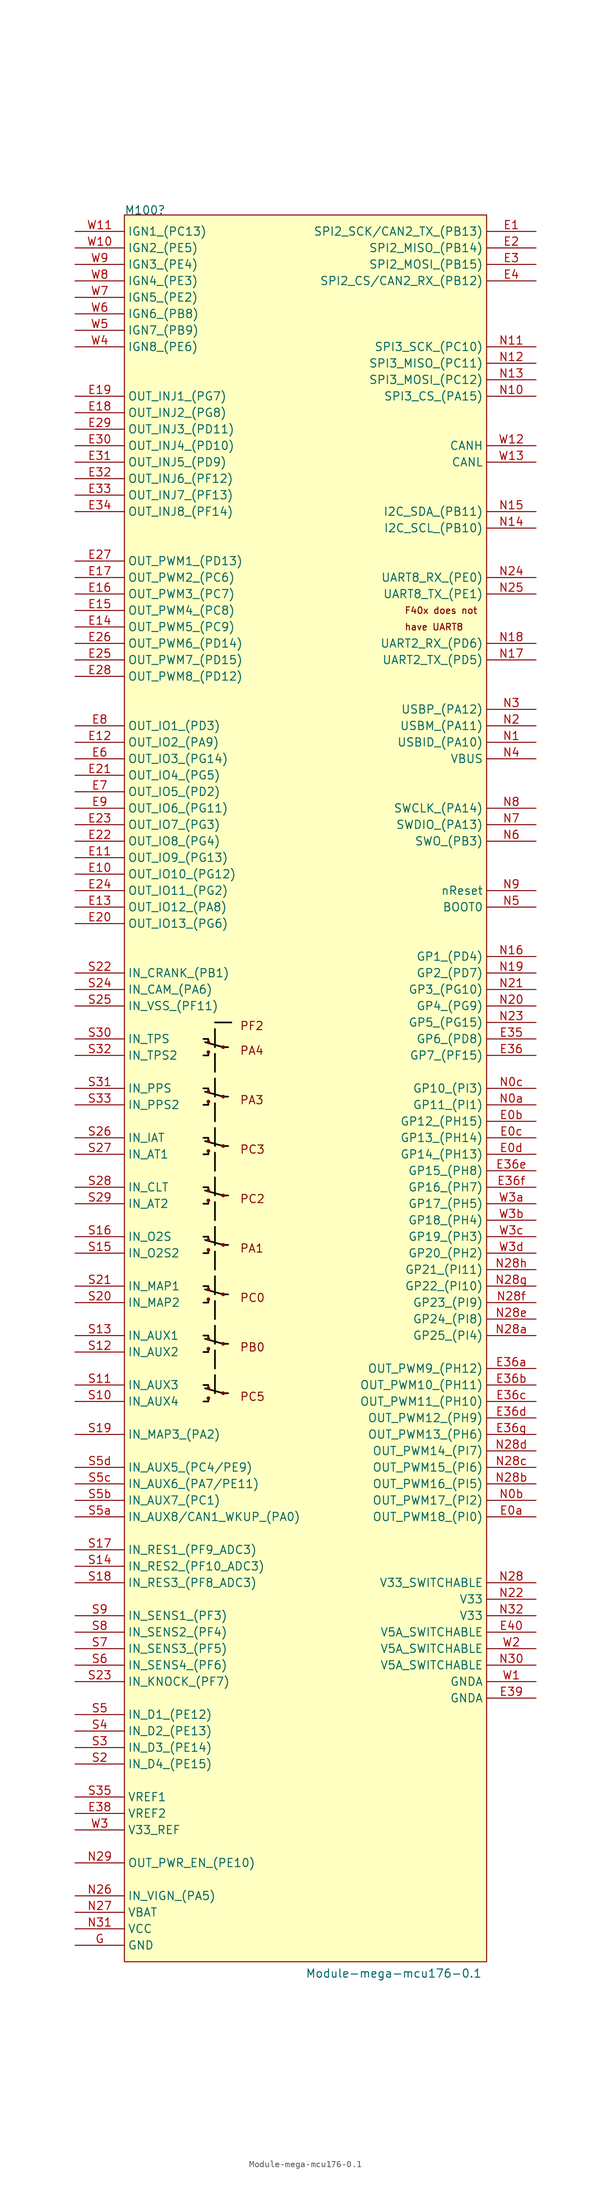
<source format=kicad_sym>
(kicad_symbol_lib
  (version 20220914)
  (generator kicad_symbol_editor)
  (symbol "Module-mega-mcu176-0.1"
    (property "Reference" "M100"
      (at 7.62 2.54 0)
      (effects (font (size 1.27 1.27)) (justify left bottom)))
    (property "Value" "Module-mega-mcu176-0.1"
      (at 35.56 -269.24 0)
      (effects (font (size 1.27 1.27)) (justify left bottom)))
    (symbol "Module-mega-mcu176-0.1_1_0"
      (polyline (pts (xy 20.066 -178.308) (xy 22.86 -179.07)) (stroke (width 0.254) (type solid) (color 0 0 0 1)) (fill (type none)))
      (polyline (pts (xy 20.066 -170.688) (xy 22.86 -171.45)) (stroke (width 0.254) (type solid) (color 0 0 0 1)) (fill (type none)))
      (polyline (pts (xy 20.066 -163.068) (xy 22.86 -163.83)) (stroke (width 0.254) (type solid) (color 0 0 0 1)) (fill (type none)))
      (polyline (pts (xy 20.066 -155.448) (xy 22.86 -156.21)) (stroke (width 0.254) (type solid) (color 0 0 0 1)) (fill (type none)))
      (polyline (pts (xy 20.066 -147.828) (xy 22.86 -148.59)) (stroke (width 0.254) (type solid) (color 0 0 0 1)) (fill (type none)))
      (polyline (pts (xy 20.066 -140.208) (xy 22.86 -140.97)) (stroke (width 0.254) (type solid) (color 0 0 0 1)) (fill (type none)))
      (polyline (pts (xy 20.066 -132.588) (xy 22.86 -133.35)) (stroke (width 0.254) (type solid) (color 0 0 0 1)) (fill (type none)))
      (polyline (pts (xy 20.066 -124.968) (xy 22.86 -125.73)) (stroke (width 0.254) (type solid) (color 0 0 0 1)) (fill (type none)))
      (polyline (pts (xy 22.86 -179.07) (xy 23.622 -179.07)) (stroke (width 0.254) (type solid) (color 0 0 0 1)) (fill (type none)))
      (polyline (pts (xy 22.86 -171.45) (xy 23.622 -171.45)) (stroke (width 0.254) (type solid) (color 0 0 0 1)) (fill (type none)))
      (polyline (pts (xy 22.86 -163.83) (xy 23.622 -163.83)) (stroke (width 0.254) (type solid) (color 0 0 0 1)) (fill (type none)))
      (polyline (pts (xy 22.86 -156.21) (xy 23.622 -156.21)) (stroke (width 0.254) (type solid) (color 0 0 0 1)) (fill (type none)))
      (polyline (pts (xy 22.86 -148.59) (xy 23.622 -148.59)) (stroke (width 0.254) (type solid) (color 0 0 0 1)) (fill (type none)))
      (polyline (pts (xy 22.86 -140.97) (xy 23.622 -140.97)) (stroke (width 0.254) (type solid) (color 0 0 0 1)) (fill (type none)))
      (polyline (pts (xy 22.86 -133.35) (xy 23.622 -133.35)) (stroke (width 0.254) (type solid) (color 0 0 0 1)) (fill (type none)))
      (polyline (pts (xy 22.86 -125.73) (xy 23.622 -125.73)) (stroke (width 0.254) (type solid) (color 0 0 0 1)) (fill (type none)))
      (polyline (pts (xy 19.812 -180.34) (xy 20.574 -180.34) (xy 20.574 -179.832)) (stroke (width 0.254) (type solid) (color 0 0 0 1)) (fill (type none)))
      (polyline (pts (xy 19.812 -177.8) (xy 20.574 -177.8) (xy 20.574 -178.308)) (stroke (width 0.254) (type solid) (color 0 0 0 1)) (fill (type none)))
      (polyline (pts (xy 19.812 -172.72) (xy 20.574 -172.72) (xy 20.574 -172.212)) (stroke (width 0.254) (type solid) (color 0 0 0 1)) (fill (type none)))
      (polyline (pts (xy 19.812 -170.18) (xy 20.574 -170.18) (xy 20.574 -170.688)) (stroke (width 0.254) (type solid) (color 0 0 0 1)) (fill (type none)))
      (polyline (pts (xy 19.812 -165.1) (xy 20.574 -165.1) (xy 20.574 -164.592)) (stroke (width 0.254) (type solid) (color 0 0 0 1)) (fill (type none)))
      (polyline (pts (xy 19.812 -162.56) (xy 20.574 -162.56) (xy 20.574 -163.068)) (stroke (width 0.254) (type solid) (color 0 0 0 1)) (fill (type none)))
      (polyline (pts (xy 19.812 -157.48) (xy 20.574 -157.48) (xy 20.574 -156.972)) (stroke (width 0.254) (type solid) (color 0 0 0 1)) (fill (type none)))
      (polyline (pts (xy 19.812 -154.94) (xy 20.574 -154.94) (xy 20.574 -155.448)) (stroke (width 0.254) (type solid) (color 0 0 0 1)) (fill (type none)))
      (polyline (pts (xy 19.812 -149.86) (xy 20.574 -149.86) (xy 20.574 -149.352)) (stroke (width 0.254) (type solid) (color 0 0 0 1)) (fill (type none)))
      (polyline (pts (xy 19.812 -147.32) (xy 20.574 -147.32) (xy 20.574 -147.828)) (stroke (width 0.254) (type solid) (color 0 0 0 1)) (fill (type none)))
      (polyline (pts (xy 19.812 -142.24) (xy 20.574 -142.24) (xy 20.574 -141.732)) (stroke (width 0.254) (type solid) (color 0 0 0 1)) (fill (type none)))
      (polyline (pts (xy 19.812 -139.7) (xy 20.574 -139.7) (xy 20.574 -140.208)) (stroke (width 0.254) (type solid) (color 0 0 0 1)) (fill (type none)))
      (polyline (pts (xy 19.812 -134.62) (xy 20.574 -134.62) (xy 20.574 -134.112)) (stroke (width 0.254) (type solid) (color 0 0 0 1)) (fill (type none)))
      (polyline (pts (xy 19.812 -132.08) (xy 20.574 -132.08) (xy 20.574 -132.588)) (stroke (width 0.254) (type solid) (color 0 0 0 1)) (fill (type none)))
      (polyline (pts (xy 19.812 -127) (xy 20.574 -127) (xy 20.574 -126.492)) (stroke (width 0.254) (type solid) (color 0 0 0 1)) (fill (type none)))
      (polyline (pts (xy 19.812 -124.46) (xy 20.574 -124.46) (xy 20.574 -124.968)) (stroke (width 0.254) (type solid) (color 0 0 0 1)) (fill (type none)))
      (polyline (pts (xy 21.59 -179.07) (xy 21.59 -121.92) (xy 24.13 -121.92)) (stroke (width 0.254) (type dash) (color 0 0 0 1)) (fill (type none)))
      (rectangle (start 7.62 2.54) (end 63.5 -266.7) (stroke (width 0) (type solid)) (fill (type background)))
      (circle (center 20.574 -179.832) (radius 0.159) (stroke (width 0.254) (type solid)) (fill (type none)))
      (circle (center 20.574 -178.308) (radius 0.159) (stroke (width 0.254) (type solid)) (fill (type none)))
      (circle (center 20.574 -172.212) (radius 0.159) (stroke (width 0.254) (type solid)) (fill (type none)))
      (circle (center 20.574 -170.688) (radius 0.159) (stroke (width 0.254) (type solid)) (fill (type none)))
      (circle (center 20.574 -164.592) (radius 0.159) (stroke (width 0.254) (type solid)) (fill (type none)))
      (circle (center 20.574 -163.068) (radius 0.159) (stroke (width 0.254) (type solid)) (fill (type none)))
      (circle (center 20.574 -156.972) (radius 0.159) (stroke (width 0.254) (type solid)) (fill (type none)))
      (circle (center 20.574 -155.448) (radius 0.159) (stroke (width 0.254) (type solid)) (fill (type none)))
      (circle (center 20.574 -149.352) (radius 0.159) (stroke (width 0.254) (type solid)) (fill (type none)))
      (circle (center 20.574 -147.828) (radius 0.159) (stroke (width 0.254) (type solid)) (fill (type none)))
      (circle (center 20.574 -141.732) (radius 0.159) (stroke (width 0.254) (type solid)) (fill (type none)))
      (circle (center 20.574 -140.208) (radius 0.159) (stroke (width 0.254) (type solid)) (fill (type none)))
      (circle (center 20.574 -134.112) (radius 0.159) (stroke (width 0.254) (type solid)) (fill (type none)))
      (circle (center 20.574 -132.588) (radius 0.159) (stroke (width 0.254) (type solid)) (fill (type none)))
      (circle (center 20.574 -126.492) (radius 0.159) (stroke (width 0.254) (type solid)) (fill (type none)))
      (circle (center 20.574 -124.968) (radius 0.159) (stroke (width 0.254) (type solid)) (fill (type none)))
      (circle (center 22.86 -179.07) (radius 0.159) (stroke (width 0.254) (type solid)) (fill (type none)))
      (circle (center 22.86 -171.45) (radius 0.159) (stroke (width 0.254) (type solid)) (fill (type none)))
      (circle (center 22.86 -163.83) (radius 0.159) (stroke (width 0.254) (type solid)) (fill (type none)))
      (circle (center 22.86 -156.21) (radius 0.159) (stroke (width 0.254) (type solid)) (fill (type none)))
      (circle (center 22.86 -148.59) (radius 0.159) (stroke (width 0.254) (type solid)) (fill (type none)))
      (circle (center 22.86 -140.97) (radius 0.159) (stroke (width 0.254) (type solid)) (fill (type none)))
      (circle (center 22.86 -133.35) (radius 0.159) (stroke (width 0.254) (type solid)) (fill (type none)))
      (circle (center 22.86 -125.73) (radius 0.159) (stroke (width 0.254) (type solid)) (fill (type none)))
      (text "F40x does not" (at 50.8 -58.42 0) (effects (font (size 1.016 1.016)) (justify left)))
      (text "have UART8" (at 50.8 -60.96 0) (effects (font (size 1.016 1.016)) (justify left)))
      (text "PA1" (at 25.4 -157.48 0) (effects (font (size 1.27 1.27)) (justify left bottom)))
      (text "PA3" (at 25.4 -134.62 0) (effects (font (size 1.27 1.27)) (justify left bottom)))
      (text "PA4" (at 25.4 -127 0) (effects (font (size 1.27 1.27)) (justify left bottom)))
      (text "PB0" (at 25.4 -172.72 0) (effects (font (size 1.27 1.27)) (justify left bottom)))
      (text "PC0" (at 25.4 -165.1 0) (effects (font (size 1.27 1.27)) (justify left bottom)))
      (text "PC2" (at 25.4 -149.86 0) (effects (font (size 1.27 1.27)) (justify left bottom)))
      (text "PC3" (at 25.4 -142.24 0) (effects (font (size 1.27 1.27)) (justify left bottom)))
      (text "PC5" (at 25.4 -180.34 0) (effects (font (size 1.27 1.27)) (justify left bottom)))
      (text "PF2" (at 25.4 -123.19 0) (effects (font (size 1.27 1.27)) (justify left bottom)))
      (pin passive line (at 71.12 -198.12 180) (length 7.62) (name "OUT_PWM18_(PI0)" (effects (font (size 1.27 1.27)))) (number "E0a" (effects (font (size 1.27 1.27)))))
      (pin passive line (at 71.12 -137.16 180) (length 7.62) (name "GP12_(PH15)" (effects (font (size 1.27 1.27)))) (number "E0b" (effects (font (size 1.27 1.27)))))
      (pin passive line (at 71.12 -139.7 180) (length 7.62) (name "GP13_(PH14)" (effects (font (size 1.27 1.27)))) (number "E0c" (effects (font (size 1.27 1.27)))))
      (pin passive line (at 71.12 -142.24 180) (length 7.62) (name "GP14_(PH13)" (effects (font (size 1.27 1.27)))) (number "E0d" (effects (font (size 1.27 1.27)))))
      (pin passive line (at 71.12 0 180) (length 7.62) (name "SPI2_SCK/CAN2_TX_(PB13)" (effects (font (size 1.27 1.27)))) (number "E1" (effects (font (size 1.27 1.27)))))
      (pin passive line (at 0 -99.06 0) (length 7.62) (name "OUT_IO10_(PG12)" (effects (font (size 1.27 1.27)))) (number "E10" (effects (font (size 1.27 1.27)))))
      (pin passive line (at 0 -96.52 0) (length 7.62) (name "OUT_IO9_(PG13)" (effects (font (size 1.27 1.27)))) (number "E11" (effects (font (size 1.27 1.27)))))
      (pin passive line (at 0 -78.74 0) (length 7.62) (name "OUT_IO2_(PA9)" (effects (font (size 1.27 1.27)))) (number "E12" (effects (font (size 1.27 1.27)))))
      (pin passive line (at 0 -104.14 0) (length 7.62) (name "OUT_IO12_(PA8)" (effects (font (size 1.27 1.27)))) (number "E13" (effects (font (size 1.27 1.27)))))
      (pin passive line (at 0 -60.96 0) (length 7.62) (name "OUT_PWM5_(PC9)" (effects (font (size 1.27 1.27)))) (number "E14" (effects (font (size 1.27 1.27)))))
      (pin passive line (at 0 -58.42 0) (length 7.62) (name "OUT_PWM4_(PC8)" (effects (font (size 1.27 1.27)))) (number "E15" (effects (font (size 1.27 1.27)))))
      (pin passive line (at 0 -55.88 0) (length 7.62) (name "OUT_PWM3_(PC7)" (effects (font (size 1.27 1.27)))) (number "E16" (effects (font (size 1.27 1.27)))))
      (pin passive line (at 0 -53.34 0) (length 7.62) (name "OUT_PWM2_(PC6)" (effects (font (size 1.27 1.27)))) (number "E17" (effects (font (size 1.27 1.27)))))
      (pin passive line (at 0 -27.94 0) (length 7.62) (name "OUT_INJ2_(PG8)" (effects (font (size 1.27 1.27)))) (number "E18" (effects (font (size 1.27 1.27)))))
      (pin passive line (at 0 -25.4 0) (length 7.62) (name "OUT_INJ1_(PG7)" (effects (font (size 1.27 1.27)))) (number "E19" (effects (font (size 1.27 1.27)))))
      (pin passive line (at 71.12 -2.54 180) (length 7.62) (name "SPI2_MISO_(PB14)" (effects (font (size 1.27 1.27)))) (number "E2" (effects (font (size 1.27 1.27)))))
      (pin passive line (at 0 -106.68 0) (length 7.62) (name "OUT_IO13_(PG6)" (effects (font (size 1.27 1.27)))) (number "E20" (effects (font (size 1.27 1.27)))))
      (pin passive line (at 0 -83.82 0) (length 7.62) (name "OUT_IO4_(PG5)" (effects (font (size 1.27 1.27)))) (number "E21" (effects (font (size 1.27 1.27)))))
      (pin passive line (at 0 -93.98 0) (length 7.62) (name "OUT_IO8_(PG4)" (effects (font (size 1.27 1.27)))) (number "E22" (effects (font (size 1.27 1.27)))))
      (pin passive line (at 0 -91.44 0) (length 7.62) (name "OUT_IO7_(PG3)" (effects (font (size 1.27 1.27)))) (number "E23" (effects (font (size 1.27 1.27)))))
      (pin passive line (at 0 -101.6 0) (length 7.62) (name "OUT_IO11_(PG2)" (effects (font (size 1.27 1.27)))) (number "E24" (effects (font (size 1.27 1.27)))))
      (pin passive line (at 0 -66.04 0) (length 7.62) (name "OUT_PWM7_(PD15)" (effects (font (size 1.27 1.27)))) (number "E25" (effects (font (size 1.27 1.27)))))
      (pin passive line (at 0 -63.5 0) (length 7.62) (name "OUT_PWM6_(PD14)" (effects (font (size 1.27 1.27)))) (number "E26" (effects (font (size 1.27 1.27)))))
      (pin passive line (at 0 -50.8 0) (length 7.62) (name "OUT_PWM1_(PD13)" (effects (font (size 1.27 1.27)))) (number "E27" (effects (font (size 1.27 1.27)))))
      (pin passive line (at 0 -68.58 0) (length 7.62) (name "OUT_PWM8_(PD12)" (effects (font (size 1.27 1.27)))) (number "E28" (effects (font (size 1.27 1.27)))))
      (pin passive line (at 0 -30.48 0) (length 7.62) (name "OUT_INJ3_(PD11)" (effects (font (size 1.27 1.27)))) (number "E29" (effects (font (size 1.27 1.27)))))
      (pin passive line (at 71.12 -5.08 180) (length 7.62) (name "SPI2_MOSI_(PB15)" (effects (font (size 1.27 1.27)))) (number "E3" (effects (font (size 1.27 1.27)))))
      (pin passive line (at 0 -33.02 0) (length 7.62) (name "OUT_INJ4_(PD10)" (effects (font (size 1.27 1.27)))) (number "E30" (effects (font (size 1.27 1.27)))))
      (pin passive line (at 0 -35.56 0) (length 7.62) (name "OUT_INJ5_(PD9)" (effects (font (size 1.27 1.27)))) (number "E31" (effects (font (size 1.27 1.27)))))
      (pin passive line (at 0 -38.1 0) (length 7.62) (name "OUT_INJ6_(PF12)" (effects (font (size 1.27 1.27)))) (number "E32" (effects (font (size 1.27 1.27)))))
      (pin passive line (at 0 -40.64 0) (length 7.62) (name "OUT_INJ7_(PF13)" (effects (font (size 1.27 1.27)))) (number "E33" (effects (font (size 1.27 1.27)))))
      (pin passive line (at 0 -43.18 0) (length 7.62) (name "OUT_INJ8_(PF14)" (effects (font (size 1.27 1.27)))) (number "E34" (effects (font (size 1.27 1.27)))))
      (pin passive line (at 71.12 -124.46 180) (length 7.62) (name "GP6_(PD8)" (effects (font (size 1.27 1.27)))) (number "E35" (effects (font (size 1.27 1.27)))))
      (pin passive line (at 71.12 -127 180) (length 7.62) (name "GP7_(PF15)" (effects (font (size 1.27 1.27)))) (number "E36" (effects (font (size 1.27 1.27)))))
      (pin passive line (at 71.12 -175.26 180) (length 7.62) (name "OUT_PWM9_(PH12)" (effects (font (size 1.27 1.27)))) (number "E36a" (effects (font (size 1.27 1.27)))))
      (pin passive line (at 71.12 -177.8 180) (length 7.62) (name "OUT_PWM10_(PH11)" (effects (font (size 1.27 1.27)))) (number "E36b" (effects (font (size 1.27 1.27)))))
      (pin passive line (at 71.12 -180.34 180) (length 7.62) (name "OUT_PWM11_(PH10)" (effects (font (size 1.27 1.27)))) (number "E36c" (effects (font (size 1.27 1.27)))))
      (pin passive line (at 71.12 -182.88 180) (length 7.62) (name "OUT_PWM12_(PH9)" (effects (font (size 1.27 1.27)))) (number "E36d" (effects (font (size 1.27 1.27)))))
      (pin passive line (at 71.12 -144.78 180) (length 7.62) (name "GP15_(PH8)" (effects (font (size 1.27 1.27)))) (number "E36e" (effects (font (size 1.27 1.27)))))
      (pin passive line (at 71.12 -147.32 180) (length 7.62) (name "GP16_(PH7)" (effects (font (size 1.27 1.27)))) (number "E36f" (effects (font (size 1.27 1.27)))))
      (pin passive line (at 71.12 -185.42 180) (length 7.62) (name "OUT_PWM13_(PH6)" (effects (font (size 1.27 1.27)))) (number "E36g" (effects (font (size 1.27 1.27)))))
      (pin passive line (at 0 -243.84 0) (length 7.62) (name "VREF2" (effects (font (size 1.27 1.27)))) (number "E38" (effects (font (size 1.27 1.27)))))
      (pin passive line (at 71.12 -226.06 180) (length 7.62) (name "GNDA" (effects (font (size 1.27 1.27)))) (number "E39" (effects (font (size 1.27 1.27)))))
      (pin passive line (at 71.12 -7.62 180) (length 7.62) (name "SPI2_CS/CAN2_RX_(PB12)" (effects (font (size 1.27 1.27)))) (number "E4" (effects (font (size 1.27 1.27)))))
      (pin passive line (at 71.12 -215.9 180) (length 7.62) (name "V5A_SWITCHABLE" (effects (font (size 1.27 1.27)))) (number "E40" (effects (font (size 1.27 1.27)))))
      (pin passive line (at 0 -81.28 0) (length 7.62) (name "OUT_IO3_(PG14)" (effects (font (size 1.27 1.27)))) (number "E6" (effects (font (size 1.27 1.27)))))
      (pin passive line (at 0 -86.36 0) (length 7.62) (name "OUT_IO5_(PD2)" (effects (font (size 1.27 1.27)))) (number "E7" (effects (font (size 1.27 1.27)))))
      (pin passive line (at 0 -76.2 0) (length 7.62) (name "OUT_IO1_(PD3)" (effects (font (size 1.27 1.27)))) (number "E8" (effects (font (size 1.27 1.27)))))
      (pin passive line (at 0 -88.9 0) (length 7.62) (name "OUT_IO6_(PG11)" (effects (font (size 1.27 1.27)))) (number "E9" (effects (font (size 1.27 1.27)))))
      (pin passive line (at 0 -264.16 0) (length 7.62) (name "GND" (effects (font (size 1.27 1.27)))) (number "G" (effects (font (size 1.27 1.27)))))
      (pin passive line (at 71.12 -134.62 180) (length 7.62) (name "GP11_(PI1)" (effects (font (size 1.27 1.27)))) (number "N0a" (effects (font (size 1.27 1.27)))))
      (pin passive line (at 71.12 -195.58 180) (length 7.62) (name "OUT_PWM17_(PI2)" (effects (font (size 1.27 1.27)))) (number "N0b" (effects (font (size 1.27 1.27)))))
      (pin passive line (at 71.12 -132.08 180) (length 7.62) (name "GP10_(PI3)" (effects (font (size 1.27 1.27)))) (number "N0c" (effects (font (size 1.27 1.27)))))
      (pin passive line (at 71.12 -78.74 180) (length 7.62) (name "USBID_(PA10)" (effects (font (size 1.27 1.27)))) (number "N1" (effects (font (size 1.27 1.27)))))
      (pin passive line (at 71.12 -25.4 180) (length 7.62) (name "SPI3_CS_(PA15)" (effects (font (size 1.27 1.27)))) (number "N10" (effects (font (size 1.27 1.27)))))
      (pin passive line (at 71.12 -17.78 180) (length 7.62) (name "SPI3_SCK_(PC10)" (effects (font (size 1.27 1.27)))) (number "N11" (effects (font (size 1.27 1.27)))))
      (pin passive line (at 71.12 -20.32 180) (length 7.62) (name "SPI3_MISO_(PC11)" (effects (font (size 1.27 1.27)))) (number "N12" (effects (font (size 1.27 1.27)))))
      (pin passive line (at 71.12 -22.86 180) (length 7.62) (name "SPI3_MOSI_(PC12)" (effects (font (size 1.27 1.27)))) (number "N13" (effects (font (size 1.27 1.27)))))
      (pin passive line (at 71.12 -45.72 180) (length 7.62) (name "I2C_SCL_(PB10)" (effects (font (size 1.27 1.27)))) (number "N14" (effects (font (size 1.27 1.27)))))
      (pin passive line (at 71.12 -43.18 180) (length 7.62) (name "I2C_SDA_(PB11)" (effects (font (size 1.27 1.27)))) (number "N15" (effects (font (size 1.27 1.27)))))
      (pin passive line (at 71.12 -111.76 180) (length 7.62) (name "GP1_(PD4)" (effects (font (size 1.27 1.27)))) (number "N16" (effects (font (size 1.27 1.27)))))
      (pin passive line (at 71.12 -66.04 180) (length 7.62) (name "UART2_TX_(PD5)" (effects (font (size 1.27 1.27)))) (number "N17" (effects (font (size 1.27 1.27)))))
      (pin passive line (at 71.12 -63.5 180) (length 7.62) (name "UART2_RX_(PD6)" (effects (font (size 1.27 1.27)))) (number "N18" (effects (font (size 1.27 1.27)))))
      (pin passive line (at 71.12 -114.3 180) (length 7.62) (name "GP2_(PD7)" (effects (font (size 1.27 1.27)))) (number "N19" (effects (font (size 1.27 1.27)))))
      (pin passive line (at 71.12 -76.2 180) (length 7.62) (name "USBM_(PA11)" (effects (font (size 1.27 1.27)))) (number "N2" (effects (font (size 1.27 1.27)))))
      (pin passive line (at 71.12 -119.38 180) (length 7.62) (name "GP4_(PG9)" (effects (font (size 1.27 1.27)))) (number "N20" (effects (font (size 1.27 1.27)))))
      (pin passive line (at 71.12 -116.84 180) (length 7.62) (name "GP3_(PG10)" (effects (font (size 1.27 1.27)))) (number "N21" (effects (font (size 1.27 1.27)))))
      (pin passive line (at 71.12 -210.82 180) (length 7.62) (name "V33" (effects (font (size 1.27 1.27)))) (number "N22" (effects (font (size 1.27 1.27)))))
      (pin passive line (at 71.12 -121.92 180) (length 7.62) (name "GP5_(PG15)" (effects (font (size 1.27 1.27)))) (number "N23" (effects (font (size 1.27 1.27)))))
      (pin passive line (at 71.12 -53.34 180) (length 7.62) (name "UART8_RX_(PE0)" (effects (font (size 1.27 1.27)))) (number "N24" (effects (font (size 1.27 1.27)))))
      (pin passive line (at 71.12 -55.88 180) (length 7.62) (name "UART8_TX_(PE1)" (effects (font (size 1.27 1.27)))) (number "N25" (effects (font (size 1.27 1.27)))))
      (pin passive line (at 0 -256.54 0) (length 7.62) (name "IN_VIGN_(PA5)" (effects (font (size 1.27 1.27)))) (number "N26" (effects (font (size 1.27 1.27)))))
      (pin passive line (at 0 -259.08 0) (length 7.62) (name "VBAT" (effects (font (size 1.27 1.27)))) (number "N27" (effects (font (size 1.27 1.27)))))
      (pin passive line (at 71.12 -208.28 180) (length 7.62) (name "V33_SWITCHABLE" (effects (font (size 1.27 1.27)))) (number "N28" (effects (font (size 1.27 1.27)))))
      (pin passive line (at 71.12 -170.18 180) (length 7.62) (name "GP25_(PI4)" (effects (font (size 1.27 1.27)))) (number "N28a" (effects (font (size 1.27 1.27)))))
      (pin passive line (at 71.12 -193.04 180) (length 7.62) (name "OUT_PWM16_(PI5)" (effects (font (size 1.27 1.27)))) (number "N28b" (effects (font (size 1.27 1.27)))))
      (pin passive line (at 71.12 -190.5 180) (length 7.62) (name "OUT_PWM15_(PI6)" (effects (font (size 1.27 1.27)))) (number "N28c" (effects (font (size 1.27 1.27)))))
      (pin passive line (at 71.12 -187.96 180) (length 7.62) (name "OUT_PWM14_(PI7)" (effects (font (size 1.27 1.27)))) (number "N28d" (effects (font (size 1.27 1.27)))))
      (pin passive line (at 71.12 -167.64 180) (length 7.62) (name "GP24_(PI8)" (effects (font (size 1.27 1.27)))) (number "N28e" (effects (font (size 1.27 1.27)))))
      (pin passive line (at 71.12 -165.1 180) (length 7.62) (name "GP23_(PI9)" (effects (font (size 1.27 1.27)))) (number "N28f" (effects (font (size 1.27 1.27)))))
      (pin passive line (at 71.12 -162.56 180) (length 7.62) (name "GP22_(PI10)" (effects (font (size 1.27 1.27)))) (number "N28g" (effects (font (size 1.27 1.27)))))
      (pin passive line (at 71.12 -160.02 180) (length 7.62) (name "GP21_(PI11)" (effects (font (size 1.27 1.27)))) (number "N28h" (effects (font (size 1.27 1.27)))))
      (pin passive line (at 0 -251.46 0) (length 7.62) (name "OUT_PWR_EN_(PE10)" (effects (font (size 1.27 1.27)))) (number "N29" (effects (font (size 1.27 1.27)))))
      (pin passive line (at 71.12 -73.66 180) (length 7.62) (name "USBP_(PA12)" (effects (font (size 1.27 1.27)))) (number "N3" (effects (font (size 1.27 1.27)))))
      (pin passive line (at 71.12 -220.98 180) (length 7.62) (name "V5A_SWITCHABLE" (effects (font (size 1.27 1.27)))) (number "N30" (effects (font (size 1.27 1.27)))))
      (pin passive line (at 0 -261.62 0) (length 7.62) (name "VCC" (effects (font (size 1.27 1.27)))) (number "N31" (effects (font (size 1.27 1.27)))))
      (pin passive line (at 71.12 -213.36 180) (length 7.62) (name "V33" (effects (font (size 1.27 1.27)))) (number "N32" (effects (font (size 1.27 1.27)))))
      (pin passive line (at 71.12 -81.28 180) (length 7.62) (name "VBUS" (effects (font (size 1.27 1.27)))) (number "N4" (effects (font (size 1.27 1.27)))))
      (pin passive line (at 71.12 -104.14 180) (length 7.62) (name "BOOT0" (effects (font (size 1.27 1.27)))) (number "N5" (effects (font (size 1.27 1.27)))))
      (pin passive line (at 71.12 -93.98 180) (length 7.62) (name "SWO_(PB3)" (effects (font (size 1.27 1.27)))) (number "N6" (effects (font (size 1.27 1.27)))))
      (pin passive line (at 71.12 -91.44 180) (length 7.62) (name "SWDIO_(PA13)" (effects (font (size 1.27 1.27)))) (number "N7" (effects (font (size 1.27 1.27)))))
      (pin passive line (at 71.12 -88.9 180) (length 7.62) (name "SWCLK_(PA14)" (effects (font (size 1.27 1.27)))) (number "N8" (effects (font (size 1.27 1.27)))))
      (pin passive line (at 71.12 -101.6 180) (length 7.62) (name "nReset" (effects (font (size 1.27 1.27)))) (number "N9" (effects (font (size 1.27 1.27)))))
      (pin passive line (at 0 -180.34 0) (length 7.62) (name "IN_AUX4" (effects (font (size 1.27 1.27)))) (number "S10" (effects (font (size 1.27 1.27)))))
      (pin passive line (at 0 -177.8 0) (length 7.62) (name "IN_AUX3" (effects (font (size 1.27 1.27)))) (number "S11" (effects (font (size 1.27 1.27)))))
      (pin passive line (at 0 -172.72 0) (length 7.62) (name "IN_AUX2" (effects (font (size 1.27 1.27)))) (number "S12" (effects (font (size 1.27 1.27)))))
      (pin passive line (at 0 -170.18 0) (length 7.62) (name "IN_AUX1" (effects (font (size 1.27 1.27)))) (number "S13" (effects (font (size 1.27 1.27)))))
      (pin passive line (at 0 -205.74 0) (length 7.62) (name "IN_RES2_(PF10_ADC3)" (effects (font (size 1.27 1.27)))) (number "S14" (effects (font (size 1.27 1.27)))))
      (pin passive line (at 0 -157.48 0) (length 7.62) (name "IN_O2S2" (effects (font (size 1.27 1.27)))) (number "S15" (effects (font (size 1.27 1.27)))))
      (pin passive line (at 0 -154.94 0) (length 7.62) (name "IN_O2S" (effects (font (size 1.27 1.27)))) (number "S16" (effects (font (size 1.27 1.27)))))
      (pin passive line (at 0 -203.2 0) (length 7.62) (name "IN_RES1_(PF9_ADC3)" (effects (font (size 1.27 1.27)))) (number "S17" (effects (font (size 1.27 1.27)))))
      (pin passive line (at 0 -208.28 0) (length 7.62) (name "IN_RES3_(PF8_ADC3)" (effects (font (size 1.27 1.27)))) (number "S18" (effects (font (size 1.27 1.27)))))
      (pin passive line (at 0 -185.42 0) (length 7.62) (name "IN_MAP3_(PA2)" (effects (font (size 1.27 1.27)))) (number "S19" (effects (font (size 1.27 1.27)))))
      (pin passive line (at 0 -236.22 0) (length 7.62) (name "IN_D4_(PE15)" (effects (font (size 1.27 1.27)))) (number "S2" (effects (font (size 1.27 1.27)))))
      (pin passive line (at 0 -165.1 0) (length 7.62) (name "IN_MAP2" (effects (font (size 1.27 1.27)))) (number "S20" (effects (font (size 1.27 1.27)))))
      (pin passive line (at 0 -162.56 0) (length 7.62) (name "IN_MAP1" (effects (font (size 1.27 1.27)))) (number "S21" (effects (font (size 1.27 1.27)))))
      (pin passive line (at 0 -114.3 0) (length 7.62) (name "IN_CRANK_(PB1)" (effects (font (size 1.27 1.27)))) (number "S22" (effects (font (size 1.27 1.27)))))
      (pin passive line (at 0 -223.52 0) (length 7.62) (name "IN_KNOCK_(PF7)" (effects (font (size 1.27 1.27)))) (number "S23" (effects (font (size 1.27 1.27)))))
      (pin passive line (at 0 -116.84 0) (length 7.62) (name "IN_CAM_(PA6)" (effects (font (size 1.27 1.27)))) (number "S24" (effects (font (size 1.27 1.27)))))
      (pin passive line (at 0 -119.38 0) (length 7.62) (name "IN_VSS_(PF11)" (effects (font (size 1.27 1.27)))) (number "S25" (effects (font (size 1.27 1.27)))))
      (pin passive line (at 0 -139.7 0) (length 7.62) (name "IN_IAT" (effects (font (size 1.27 1.27)))) (number "S26" (effects (font (size 1.27 1.27)))))
      (pin passive line (at 0 -142.24 0) (length 7.62) (name "IN_AT1" (effects (font (size 1.27 1.27)))) (number "S27" (effects (font (size 1.27 1.27)))))
      (pin passive line (at 0 -147.32 0) (length 7.62) (name "IN_CLT" (effects (font (size 1.27 1.27)))) (number "S28" (effects (font (size 1.27 1.27)))))
      (pin passive line (at 0 -149.86 0) (length 7.62) (name "IN_AT2" (effects (font (size 1.27 1.27)))) (number "S29" (effects (font (size 1.27 1.27)))))
      (pin passive line (at 0 -233.68 0) (length 7.62) (name "IN_D3_(PE14)" (effects (font (size 1.27 1.27)))) (number "S3" (effects (font (size 1.27 1.27)))))
      (pin passive line (at 0 -124.46 0) (length 7.62) (name "IN_TPS" (effects (font (size 1.27 1.27)))) (number "S30" (effects (font (size 1.27 1.27)))))
      (pin passive line (at 0 -132.08 0) (length 7.62) (name "IN_PPS" (effects (font (size 1.27 1.27)))) (number "S31" (effects (font (size 1.27 1.27)))))
      (pin passive line (at 0 -127 0) (length 7.62) (name "IN_TPS2" (effects (font (size 1.27 1.27)))) (number "S32" (effects (font (size 1.27 1.27)))))
      (pin passive line (at 0 -134.62 0) (length 7.62) (name "IN_PPS2" (effects (font (size 1.27 1.27)))) (number "S33" (effects (font (size 1.27 1.27)))))
      (pin passive line (at 0 -241.3 0) (length 7.62) (name "VREF1" (effects (font (size 1.27 1.27)))) (number "S35" (effects (font (size 1.27 1.27)))))
      (pin passive line (at 0 -231.14 0) (length 7.62) (name "IN_D2_(PE13)" (effects (font (size 1.27 1.27)))) (number "S4" (effects (font (size 1.27 1.27)))))
      (pin passive line (at 0 -228.6 0) (length 7.62) (name "IN_D1_(PE12)" (effects (font (size 1.27 1.27)))) (number "S5" (effects (font (size 1.27 1.27)))))
      (pin passive line (at 0 -198.12 0) (length 7.62) (name "IN_AUX8/CAN1_WKUP_(PA0)" (effects (font (size 1.27 1.27)))) (number "S5a" (effects (font (size 1.27 1.27)))))
      (pin passive line (at 0 -195.58 0) (length 7.62) (name "IN_AUX7_(PC1)" (effects (font (size 1.27 1.27)))) (number "S5b" (effects (font (size 1.27 1.27)))))
      (pin passive line (at 0 -193.04 0) (length 7.62) (name "IN_AUX6_(PA7/PE11)" (effects (font (size 1.27 1.27)))) (number "S5c" (effects (font (size 1.27 1.27)))))
      (pin passive line (at 0 -190.5 0) (length 7.62) (name "IN_AUX5_(PC4/PE9)" (effects (font (size 1.27 1.27)))) (number "S5d" (effects (font (size 1.27 1.27)))))
      (pin passive line (at 0 -220.98 0) (length 7.62) (name "IN_SENS4_(PF6)" (effects (font (size 1.27 1.27)))) (number "S6" (effects (font (size 1.27 1.27)))))
      (pin passive line (at 0 -218.44 0) (length 7.62) (name "IN_SENS3_(PF5)" (effects (font (size 1.27 1.27)))) (number "S7" (effects (font (size 1.27 1.27)))))
      (pin passive line (at 0 -215.9 0) (length 7.62) (name "IN_SENS2_(PF4)" (effects (font (size 1.27 1.27)))) (number "S8" (effects (font (size 1.27 1.27)))))
      (pin passive line (at 0 -213.36 0) (length 7.62) (name "IN_SENS1_(PF3)" (effects (font (size 1.27 1.27)))) (number "S9" (effects (font (size 1.27 1.27)))))
      (pin passive line (at 71.12 -223.52 180) (length 7.62) (name "GNDA" (effects (font (size 1.27 1.27)))) (number "W1" (effects (font (size 1.27 1.27)))))
      (pin passive line (at 0 -2.54 0) (length 7.62) (name "IGN2_(PE5)" (effects (font (size 1.27 1.27)))) (number "W10" (effects (font (size 1.27 1.27)))))
      (pin passive line (at 0 0 0) (length 7.62) (name "IGN1_(PC13)" (effects (font (size 1.27 1.27)))) (number "W11" (effects (font (size 1.27 1.27)))))
      (pin passive line (at 71.12 -33.02 180) (length 7.62) (name "CANH" (effects (font (size 1.27 1.27)))) (number "W12" (effects (font (size 1.27 1.27)))))
      (pin passive line (at 71.12 -35.56 180) (length 7.62) (name "CANL" (effects (font (size 1.27 1.27)))) (number "W13" (effects (font (size 1.27 1.27)))))
      (pin passive line (at 71.12 -218.44 180) (length 7.62) (name "V5A_SWITCHABLE" (effects (font (size 1.27 1.27)))) (number "W2" (effects (font (size 1.27 1.27)))))
      (pin passive line (at 0 -246.38 0) (length 7.62) (name "V33_REF" (effects (font (size 1.27 1.27)))) (number "W3" (effects (font (size 1.27 1.27)))))
      (pin passive line (at 71.12 -149.86 180) (length 7.62) (name "GP17_(PH5)" (effects (font (size 1.27 1.27)))) (number "W3a" (effects (font (size 1.27 1.27)))))
      (pin passive line (at 71.12 -152.4 180) (length 7.62) (name "GP18_(PH4)" (effects (font (size 1.27 1.27)))) (number "W3b" (effects (font (size 1.27 1.27)))))
      (pin passive line (at 71.12 -154.94 180) (length 7.62) (name "GP19_(PH3)" (effects (font (size 1.27 1.27)))) (number "W3c" (effects (font (size 1.27 1.27)))))
      (pin passive line (at 71.12 -157.48 180) (length 7.62) (name "GP20_(PH2)" (effects (font (size 1.27 1.27)))) (number "W3d" (effects (font (size 1.27 1.27)))))
      (pin passive line (at 0 -17.78 0) (length 7.62) (name "IGN8_(PE6)" (effects (font (size 1.27 1.27)))) (number "W4" (effects (font (size 1.27 1.27)))))
      (pin passive line (at 0 -15.24 0) (length 7.62) (name "IGN7_(PB9)" (effects (font (size 1.27 1.27)))) (number "W5" (effects (font (size 1.27 1.27)))))
      (pin passive line (at 0 -12.7 0) (length 7.62) (name "IGN6_(PB8)" (effects (font (size 1.27 1.27)))) (number "W6" (effects (font (size 1.27 1.27)))))
      (pin passive line (at 0 -10.16 0) (length 7.62) (name "IGN5_(PE2)" (effects (font (size 1.27 1.27)))) (number "W7" (effects (font (size 1.27 1.27)))))
      (pin passive line (at 0 -7.62 0) (length 7.62) (name "IGN4_(PE3)" (effects (font (size 1.27 1.27)))) (number "W8" (effects (font (size 1.27 1.27)))))
      (pin passive line (at 0 -5.08 0) (length 7.62) (name "IGN3_(PE4)" (effects (font (size 1.27 1.27)))) (number "W9" (effects (font (size 1.27 1.27))))))))
</source>
